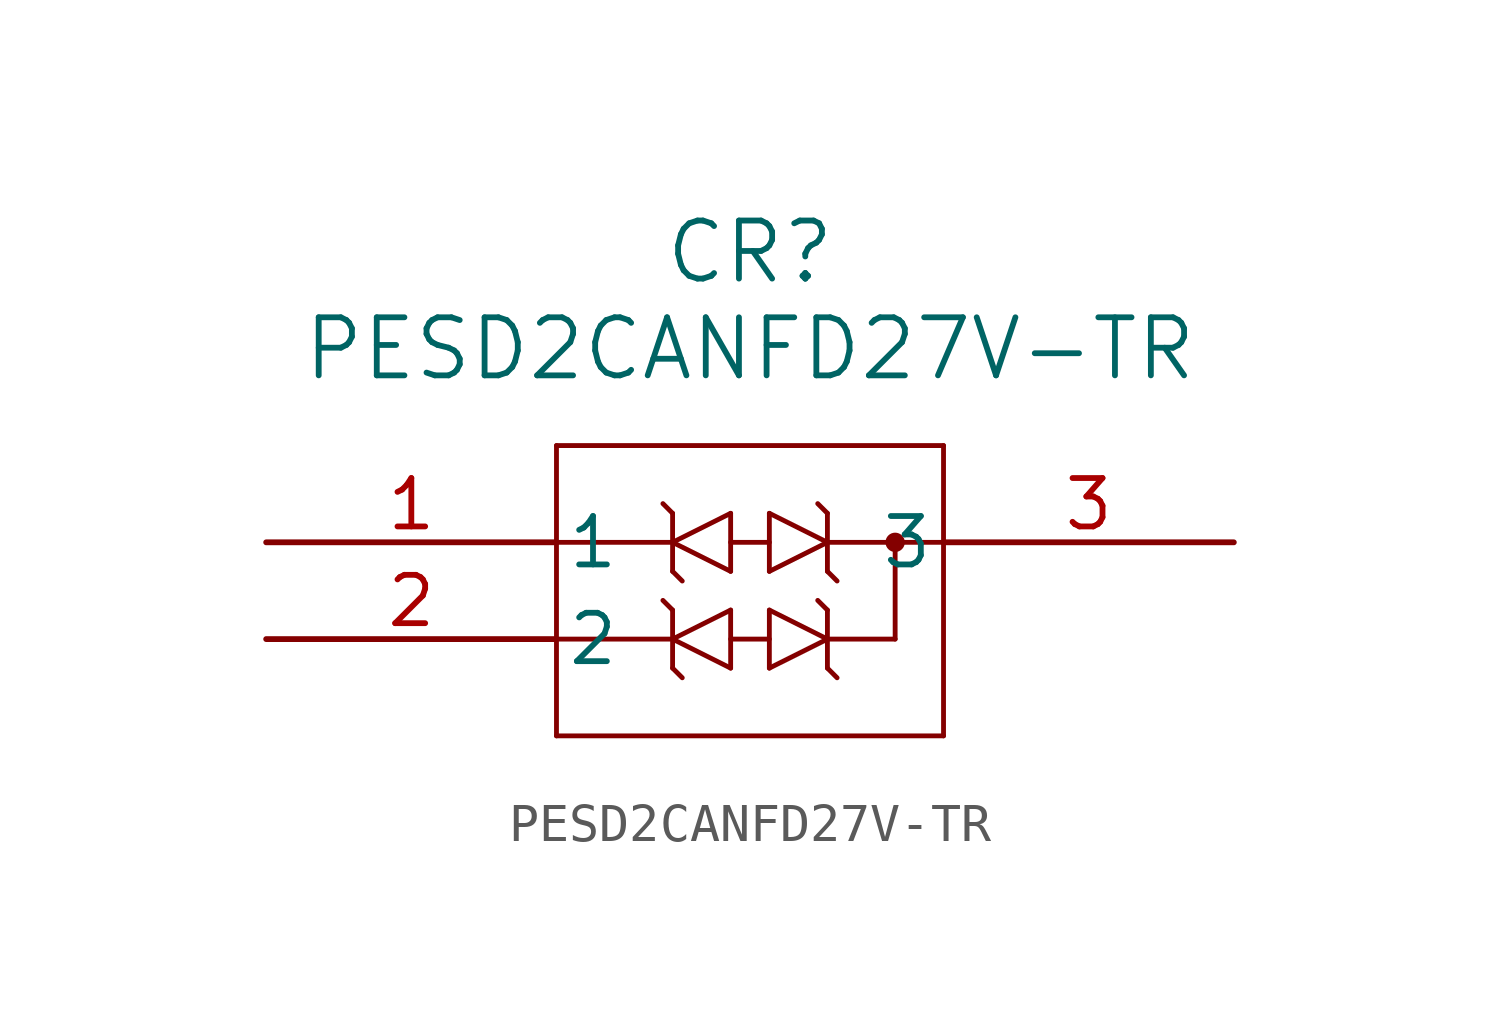
<source format=kicad_sym>
(kicad_symbol_lib
  (version 20211014)
  (generator kicad_symbol_editor)
  (symbol "PESD2CANFD27V-TR"
    (pin_names
      (offset 0.254))
    (property "Reference" "CR"
      (at 12.7 7.62 0)
      (effects (font (size 1.524 1.524))))
    (property "Value" "PESD2CANFD27V-TR"
      (at 12.7 5.08 0)
      (effects (font (size 1.524 1.524))))
    (symbol "PESD2CANFD27V-TR_0_1"
      (polyline (pts (xy 7.62 2.54) (xy 7.62 -5.08)) (stroke (width 0.127) (type default) (color 0 0 0 0)) (fill (type none)))
      (polyline (pts (xy 7.62 -5.08) (xy 17.78 -5.08)) (stroke (width 0.127) (type default) (color 0 0 0 0)) (fill (type none)))
      (polyline (pts (xy 17.78 -5.08) (xy 17.78 2.54)) (stroke (width 0.127) (type default) (color 0 0 0 0)) (fill (type none)))
      (polyline (pts (xy 17.78 2.54) (xy 7.62 2.54)) (stroke (width 0.127) (type default) (color 0 0 0 0)) (fill (type none)))
      (polyline (pts (xy 7.62 -2.54) (xy 10.668 -2.54)) (stroke (width 0.127) (type default) (color 0 0 0 0)) (fill (type none)))
      (circle (center 16.51 0) (radius 0.127) (stroke (width 0.254) (type default) (color 0 0 0 0)) (fill (type none)))
      (polyline (pts (xy 14.732 -2.54) (xy 16.51 -2.54)) (stroke (width 0.127) (type default) (color 0 0 0 0)) (fill (type none)))
      (polyline (pts (xy 14.732 0) (xy 17.78 0)) (stroke (width 0.127) (type default) (color 0 0 0 0)) (fill (type none)))
      (polyline (pts (xy 16.51 0) (xy 16.51 -2.54)) (stroke (width 0.127) (type default) (color 0 0 0 0)) (fill (type none)))
      (polyline (pts (xy 13.208 0.762) (xy 13.208 -0.762)) (stroke (width 0.127) (type default) (color 0 0 0 0)) (fill (type none)))
      (polyline (pts (xy 13.208 -0.762) (xy 14.732 0)) (stroke (width 0.127) (type default) (color 0 0 0 0)) (fill (type none)))
      (polyline (pts (xy 14.732 0) (xy 13.208 0.762)) (stroke (width 0.127) (type default) (color 0 0 0 0)) (fill (type none)))
      (polyline (pts (xy 14.732 0.762) (xy 14.732 -0.762)) (stroke (width 0.127) (type default) (color 0 0 0 0)) (fill (type none)))
      (polyline (pts (xy 13.208 -1.778) (xy 13.208 -3.302)) (stroke (width 0.127) (type default) (color 0 0 0 0)) (fill (type none)))
      (polyline (pts (xy 13.208 -3.302) (xy 14.732 -2.54)) (stroke (width 0.127) (type default) (color 0 0 0 0)) (fill (type none)))
      (polyline (pts (xy 14.732 -2.54) (xy 13.208 -1.778)) (stroke (width 0.127) (type default) (color 0 0 0 0)) (fill (type none)))
      (polyline (pts (xy 14.732 -1.778) (xy 14.732 -3.302)) (stroke (width 0.127) (type default) (color 0 0 0 0)) (fill (type none)))
      (polyline (pts (xy 10.668 0.762) (xy 10.414 1.016)) (stroke (width 0.127) (type default) (color 0 0 0 0)) (fill (type none)))
      (polyline (pts (xy 12.192 -3.302) (xy 12.192 -1.778)) (stroke (width 0.127) (type default) (color 0 0 0 0)) (fill (type none)))
      (polyline (pts (xy 12.192 -1.778) (xy 10.668 -2.54)) (stroke (width 0.127) (type default) (color 0 0 0 0)) (fill (type none)))
      (polyline (pts (xy 10.668 -2.54) (xy 12.192 -3.302)) (stroke (width 0.127) (type default) (color 0 0 0 0)) (fill (type none)))
      (polyline (pts (xy 10.668 -3.302) (xy 10.668 -1.778)) (stroke (width 0.127) (type default) (color 0 0 0 0)) (fill (type none)))
      (polyline (pts (xy 12.192 -0.762) (xy 12.192 0.762)) (stroke (width 0.127) (type default) (color 0 0 0 0)) (fill (type none)))
      (polyline (pts (xy 12.192 0.762) (xy 10.668 0)) (stroke (width 0.127) (type default) (color 0 0 0 0)) (fill (type none)))
      (polyline (pts (xy 10.668 0) (xy 12.192 -0.762)) (stroke (width 0.127) (type default) (color 0 0 0 0)) (fill (type none)))
      (polyline (pts (xy 10.668 -0.762) (xy 10.668 0.762)) (stroke (width 0.127) (type default) (color 0 0 0 0)) (fill (type none)))
      (polyline (pts (xy 10.668 0) (xy 7.62 0)) (stroke (width 0.127) (type default) (color 0 0 0 0)) (fill (type none)))
      (polyline (pts (xy 12.192 0) (xy 13.208 0)) (stroke (width 0.127) (type default) (color 0 0 0 0)) (fill (type none)))
      (polyline (pts (xy 12.192 -2.54) (xy 13.208 -2.54)) (stroke (width 0.127) (type default) (color 0 0 0 0)) (fill (type none)))
      (polyline (pts (xy 10.668 -0.762) (xy 10.922 -1.016)) (stroke (width 0.127) (type default) (color 0 0 0 0)) (fill (type none)))
      (polyline (pts (xy 14.732 0.762) (xy 14.478 1.016)) (stroke (width 0.127) (type default) (color 0 0 0 0)) (fill (type none)))
      (polyline (pts (xy 14.732 -0.762) (xy 14.986 -1.016)) (stroke (width 0.127) (type default) (color 0 0 0 0)) (fill (type none)))
      (polyline (pts (xy 14.732 -1.778) (xy 14.478 -1.524)) (stroke (width 0.127) (type default) (color 0 0 0 0)) (fill (type none)))
      (polyline (pts (xy 14.732 -3.302) (xy 14.986 -3.556)) (stroke (width 0.127) (type default) (color 0 0 0 0)) (fill (type none)))
      (polyline (pts (xy 10.668 -3.302) (xy 10.922 -3.556)) (stroke (width 0.127) (type default) (color 0 0 0 0)) (fill (type none)))
      (polyline (pts (xy 10.668 -1.778) (xy 10.414 -1.524)) (stroke (width 0.127) (type default) (color 0 0 0 0)) (fill (type none)))
      (pin unspecified line (at 0 0 0) (length 7.62) (name "1" (effects (font (size 1.27 1.27)))) (number "1" (effects (font (size 1.27 1.27)))))
      (pin unspecified line (at 0 -2.54 0) (length 7.62) (name "2" (effects (font (size 1.27 1.27)))) (number "2" (effects (font (size 1.27 1.27)))))
      (pin unspecified line (at 25.4 0 180) (length 7.62) (name "3" (effects (font (size 1.27 1.27)))) (number "3" (effects (font (size 1.27 1.27))))))))
</source>
